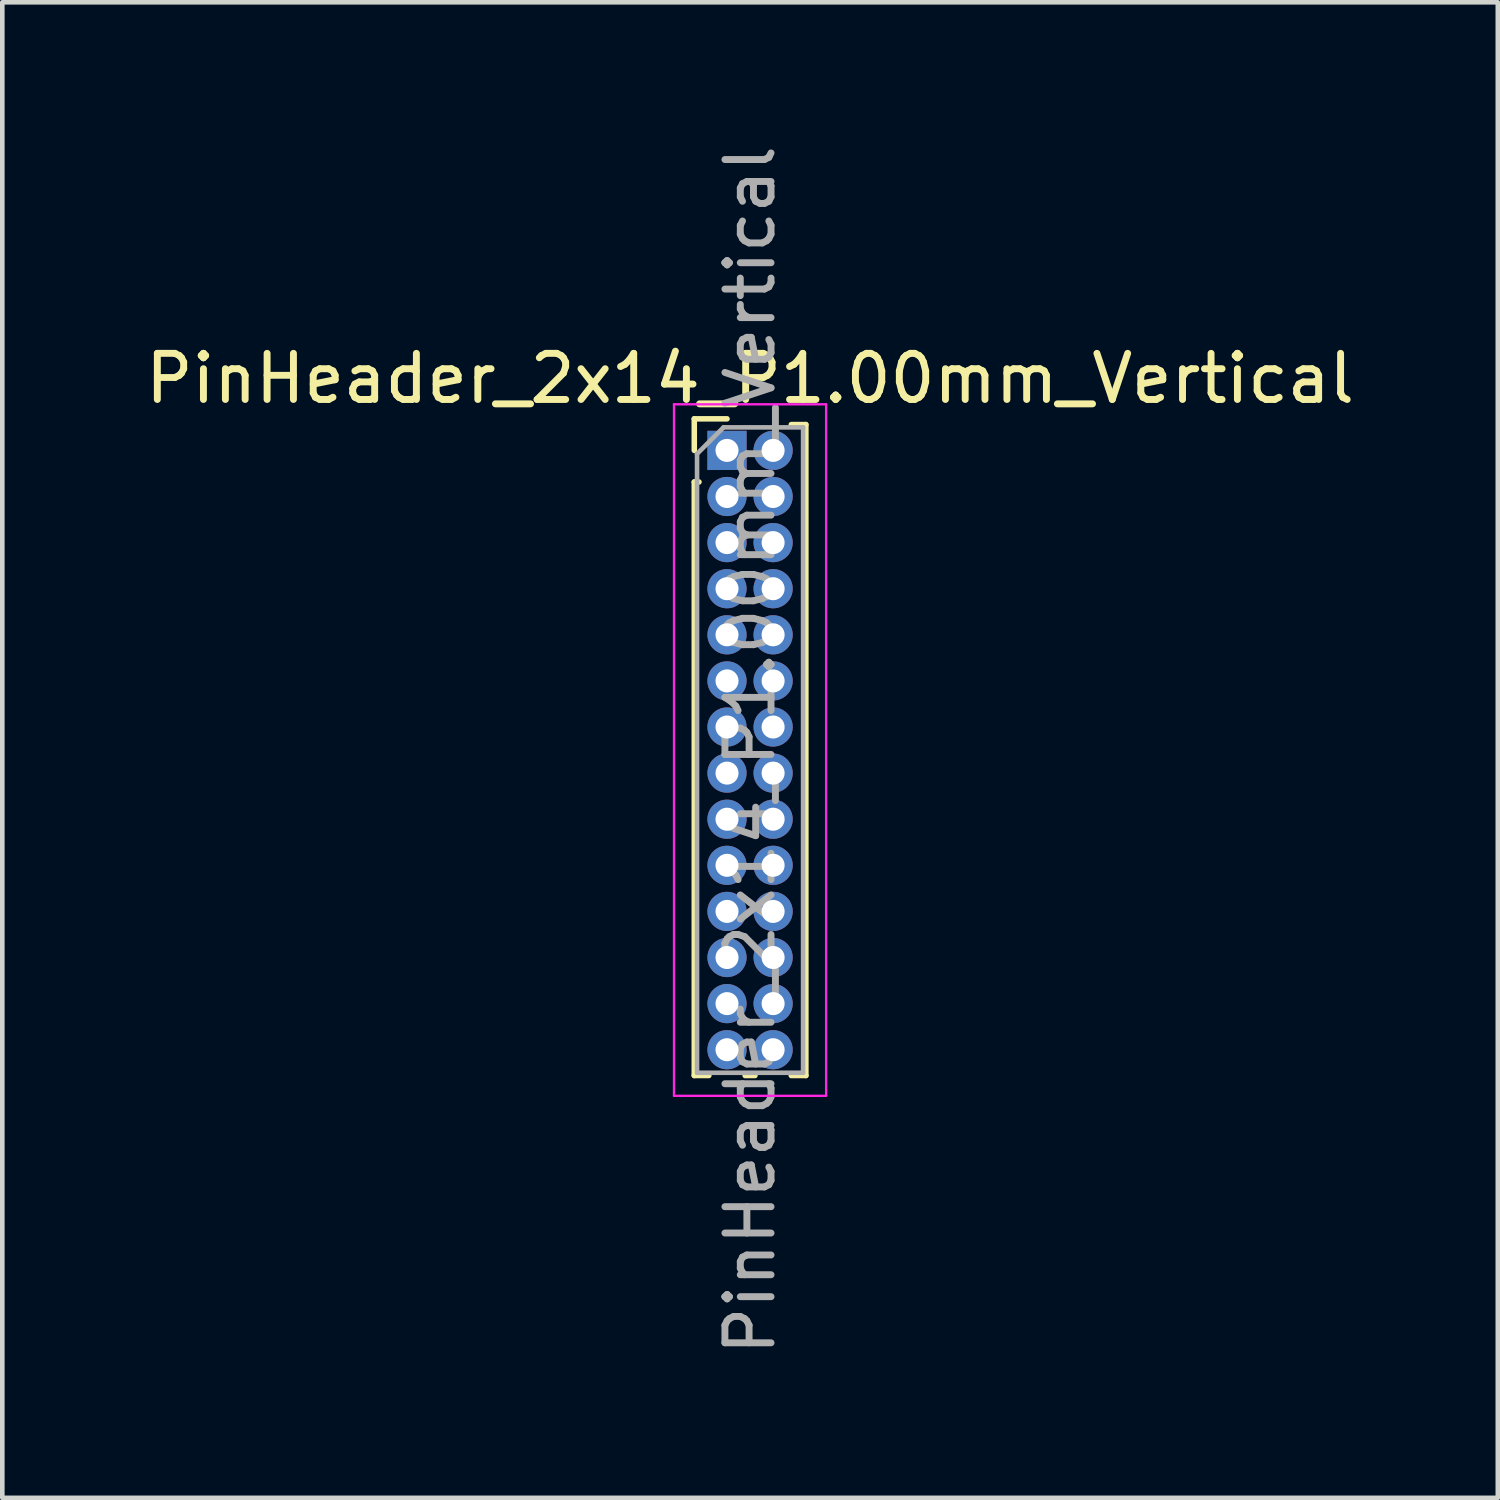
<source format=kicad_pcb>
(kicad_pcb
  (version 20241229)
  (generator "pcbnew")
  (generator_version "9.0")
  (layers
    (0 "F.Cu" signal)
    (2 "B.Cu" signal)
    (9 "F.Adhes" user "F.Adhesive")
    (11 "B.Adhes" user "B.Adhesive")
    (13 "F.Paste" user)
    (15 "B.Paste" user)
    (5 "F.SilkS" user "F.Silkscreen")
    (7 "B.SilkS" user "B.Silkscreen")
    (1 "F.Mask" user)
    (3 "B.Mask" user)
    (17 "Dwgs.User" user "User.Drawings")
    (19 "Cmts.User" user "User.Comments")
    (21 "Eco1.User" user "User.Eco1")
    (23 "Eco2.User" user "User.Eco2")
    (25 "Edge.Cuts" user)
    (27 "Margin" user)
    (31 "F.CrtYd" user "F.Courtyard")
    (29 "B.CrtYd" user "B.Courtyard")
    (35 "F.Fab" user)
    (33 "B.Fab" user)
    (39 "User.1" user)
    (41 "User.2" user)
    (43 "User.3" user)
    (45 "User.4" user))
  (footprint "PinHeader_2x14_P1.00mm_Vertical"
    (layer "F.Cu")
    (at 12.72 6.72)
    (property "Reference" "PinHeader_2x14_P1.00mm_Vertical" (at 0.5 -1.56 0) (layer "F.SilkS") (effects (font (size 1 1) (thickness 0.15))))
    (attr through_hole)
    (fp_line (start -0.71 -0.685) (end 0 -0.685) (stroke (width 0.12) (type solid)) (layer "F.SilkS"))
    (fp_line (start -0.71 0) (end -0.71 -0.685) (stroke (width 0.12) (type solid)) (layer "F.SilkS"))
    (fp_line (start -0.71 0.685) (end -0.71 13.56) (stroke (width 0.12) (type solid)) (layer "F.SilkS"))
    (fp_line (start -0.71 0.685) (end -0.608 0.685) (stroke (width 0.12) (type solid)) (layer "F.SilkS"))
    (fp_line (start -0.71 13.56) (end -0.394 13.56) (stroke (width 0.12) (type solid)) (layer "F.SilkS"))
    (fp_line (start 0.394 13.56) (end 0.606 13.56) (stroke (width 0.12) (type solid)) (layer "F.SilkS"))
    (fp_line (start 1.394 -0.56) (end 1.71 -0.56) (stroke (width 0.12) (type solid)) (layer "F.SilkS"))
    (fp_line (start 1.394 13.56) (end 1.71 13.56) (stroke (width 0.12) (type solid)) (layer "F.SilkS"))
    (fp_line (start 1.71 -0.56) (end 1.71 13.56) (stroke (width 0.12) (type solid)) (layer "F.SilkS"))
    (fp_line (start -1.15 -1) (end -1.15 14) (stroke (width 0.05) (type solid)) (layer "F.CrtYd"))
    (fp_line (start -1.15 14) (end 2.15 14) (stroke (width 0.05) (type solid)) (layer "F.CrtYd"))
    (fp_line (start 2.15 -1) (end -1.15 -1) (stroke (width 0.05) (type solid)) (layer "F.CrtYd"))
    (fp_line (start 2.15 14) (end 2.15 -1) (stroke (width 0.05) (type solid)) (layer "F.CrtYd"))
    (fp_line (start -0.65 0.075) (end -0.075 -0.5) (stroke (width 0.1) (type solid)) (layer "F.Fab"))
    (fp_line (start -0.65 13.5) (end -0.65 0.075) (stroke (width 0.1) (type solid)) (layer "F.Fab"))
    (fp_line (start -0.075 -0.5) (end 1.65 -0.5) (stroke (width 0.1) (type solid)) (layer "F.Fab"))
    (fp_line (start 1.65 -0.5) (end 1.65 13.5) (stroke (width 0.1) (type solid)) (layer "F.Fab"))
    (fp_line (start 1.65 13.5) (end -0.65 13.5) (stroke (width 0.1) (type solid)) (layer "F.Fab"))
    (fp_text user "${REFERENCE}" (at 0.5 6.5 90) (layer "F.Fab") (effects (font (size 1 1) (thickness 0.15))))
    (pad "1" thru_hole rect (at 0 0) (size 0.85 0.85) (drill 0.5) (layers "*.Cu" "*.Mask"))
    (pad "2" thru_hole oval (at 1 0) (size 0.85 0.85) (drill 0.5) (layers "*.Cu" "*.Mask"))
    (pad "3" thru_hole oval (at 0 1) (size 0.85 0.85) (drill 0.5) (layers "*.Cu" "*.Mask"))
    (pad "4" thru_hole oval (at 1 1) (size 0.85 0.85) (drill 0.5) (layers "*.Cu" "*.Mask"))
    (pad "5" thru_hole oval (at 0 2) (size 0.85 0.85) (drill 0.5) (layers "*.Cu" "*.Mask"))
    (pad "6" thru_hole oval (at 1 2) (size 0.85 0.85) (drill 0.5) (layers "*.Cu" "*.Mask"))
    (pad "7" thru_hole oval (at 0 3) (size 0.85 0.85) (drill 0.5) (layers "*.Cu" "*.Mask"))
    (pad "8" thru_hole oval (at 1 3) (size 0.85 0.85) (drill 0.5) (layers "*.Cu" "*.Mask"))
    (pad "9" thru_hole oval (at 0 4) (size 0.85 0.85) (drill 0.5) (layers "*.Cu" "*.Mask"))
    (pad "10" thru_hole oval (at 1 4) (size 0.85 0.85) (drill 0.5) (layers "*.Cu" "*.Mask"))
    (pad "11" thru_hole oval (at 0 5) (size 0.85 0.85) (drill 0.5) (layers "*.Cu" "*.Mask"))
    (pad "12" thru_hole oval (at 1 5) (size 0.85 0.85) (drill 0.5) (layers "*.Cu" "*.Mask"))
    (pad "13" thru_hole oval (at 0 6) (size 0.85 0.85) (drill 0.5) (layers "*.Cu" "*.Mask"))
    (pad "14" thru_hole oval (at 1 6) (size 0.85 0.85) (drill 0.5) (layers "*.Cu" "*.Mask"))
    (pad "15" thru_hole oval (at 0 7) (size 0.85 0.85) (drill 0.5) (layers "*.Cu" "*.Mask"))
    (pad "16" thru_hole oval (at 1 7) (size 0.85 0.85) (drill 0.5) (layers "*.Cu" "*.Mask"))
    (pad "17" thru_hole oval (at 0 8) (size 0.85 0.85) (drill 0.5) (layers "*.Cu" "*.Mask"))
    (pad "18" thru_hole oval (at 1 8) (size 0.85 0.85) (drill 0.5) (layers "*.Cu" "*.Mask"))
    (pad "19" thru_hole oval (at 0 9) (size 0.85 0.85) (drill 0.5) (layers "*.Cu" "*.Mask"))
    (pad "20" thru_hole oval (at 1 9) (size 0.85 0.85) (drill 0.5) (layers "*.Cu" "*.Mask"))
    (pad "21" thru_hole oval (at 0 10) (size 0.85 0.85) (drill 0.5) (layers "*.Cu" "*.Mask"))
    (pad "22" thru_hole oval (at 1 10) (size 0.85 0.85) (drill 0.5) (layers "*.Cu" "*.Mask"))
    (pad "23" thru_hole oval (at 0 11) (size 0.85 0.85) (drill 0.5) (layers "*.Cu" "*.Mask"))
    (pad "24" thru_hole oval (at 1 11) (size 0.85 0.85) (drill 0.5) (layers "*.Cu" "*.Mask"))
    (pad "25" thru_hole oval (at 0 12) (size 0.85 0.85) (drill 0.5) (layers "*.Cu" "*.Mask"))
    (pad "26" thru_hole oval (at 1 12) (size 0.85 0.85) (drill 0.5) (layers "*.Cu" "*.Mask"))
    (pad "27" thru_hole oval (at 0 13) (size 0.85 0.85) (drill 0.5) (layers "*.Cu" "*.Mask"))
    (pad "28" thru_hole oval (at 1 13) (size 0.85 0.85) (drill 0.5) (layers "*.Cu" "*.Mask")))
  (gr_rect
    (start -3 -3)
    (end 29.44 29.44)
    (stroke (width 0.1) (type default))
    (fill no)
    (layer "Edge.Cuts")))
</source>
